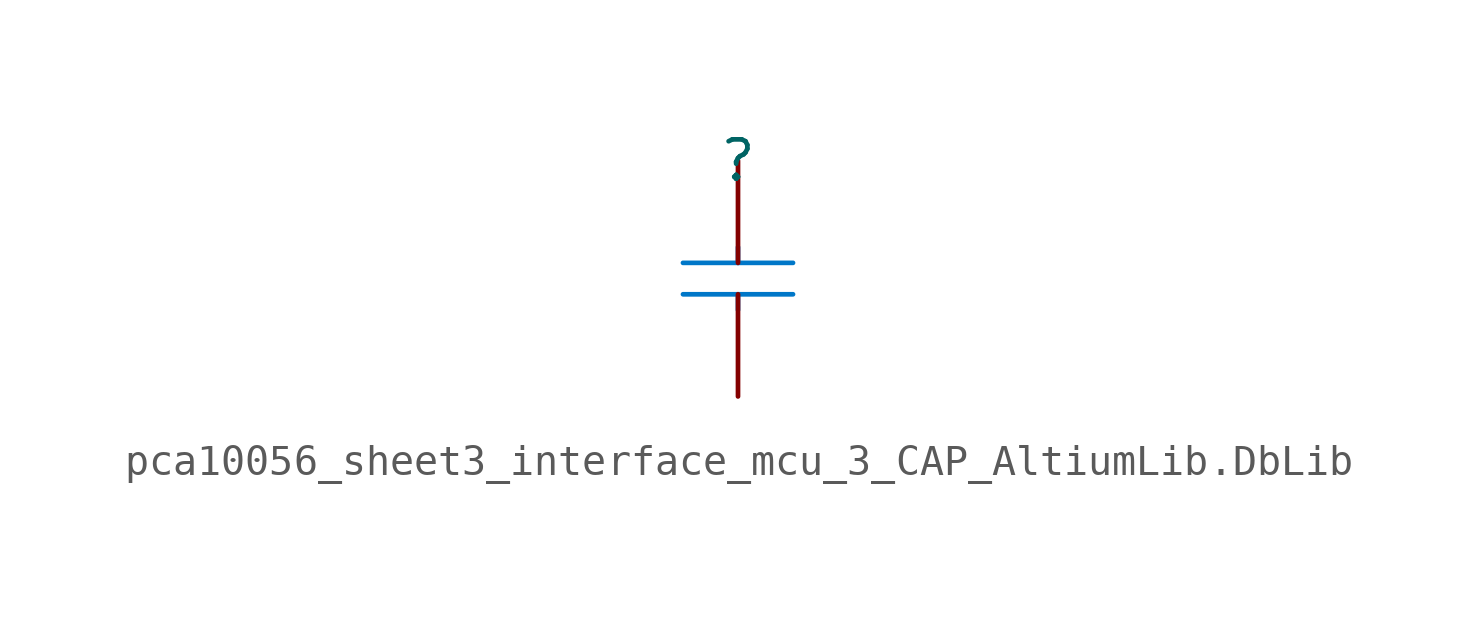
<source format=kicad_sym>
(kicad_symbol_lib
  (version 20241209)
  (generator "kicad_symbol_editor")
  (generator_version "9.0")
  (symbol "pca10056_sheet3_interface_mcu_3_CAP_AltiumLib.DbLib"
    (pin_numbers
      (hide yes))
    (pin_names
      (hide yes))
    (property "Reference" ""
      (at 0 0 0)
      (effects (font (size 1.27 1.27))))
    (property "Value" ""
      (at 0 0 0)
      (effects (font (size 1.27 1.27))))
    (symbol "pca10056_sheet3_interface_mcu_3_CAP_AltiumLib.DbLib_1_0"
      (polyline (pts (xy -1.778 -3.302) (xy 1.778 -3.302)) (stroke (width 0) (type solid) (color 0 119 200 1)) (fill (type none)))
      (polyline (pts (xy -1.778 -4.318) (xy 1.778 -4.318)) (stroke (width 0) (type solid) (color 0 119 200 1)) (fill (type none)))
      (polyline (pts (xy 0 -3.302) (xy 0 -2.794)) (stroke (width 0) (type solid) (color 0 119 200 1)) (fill (type none)))
      (polyline (pts (xy 0 -4.318) (xy 0 -4.826)) (stroke (width 0) (type solid) (color 0 119 200 1)) (fill (type none)))
      (pin passive line (at 0 0 270) (length 3.302) (name "1" (effects (font (size 1.27 1.27)))) (number "1" (effects (font (size 1.27 1.27)))))
      (pin passive line (at 0 -7.62 90) (length 3.302) (name "2" (effects (font (size 1.27 1.27)))) (number "2" (effects (font (size 1.27 1.27))))))))
</source>
